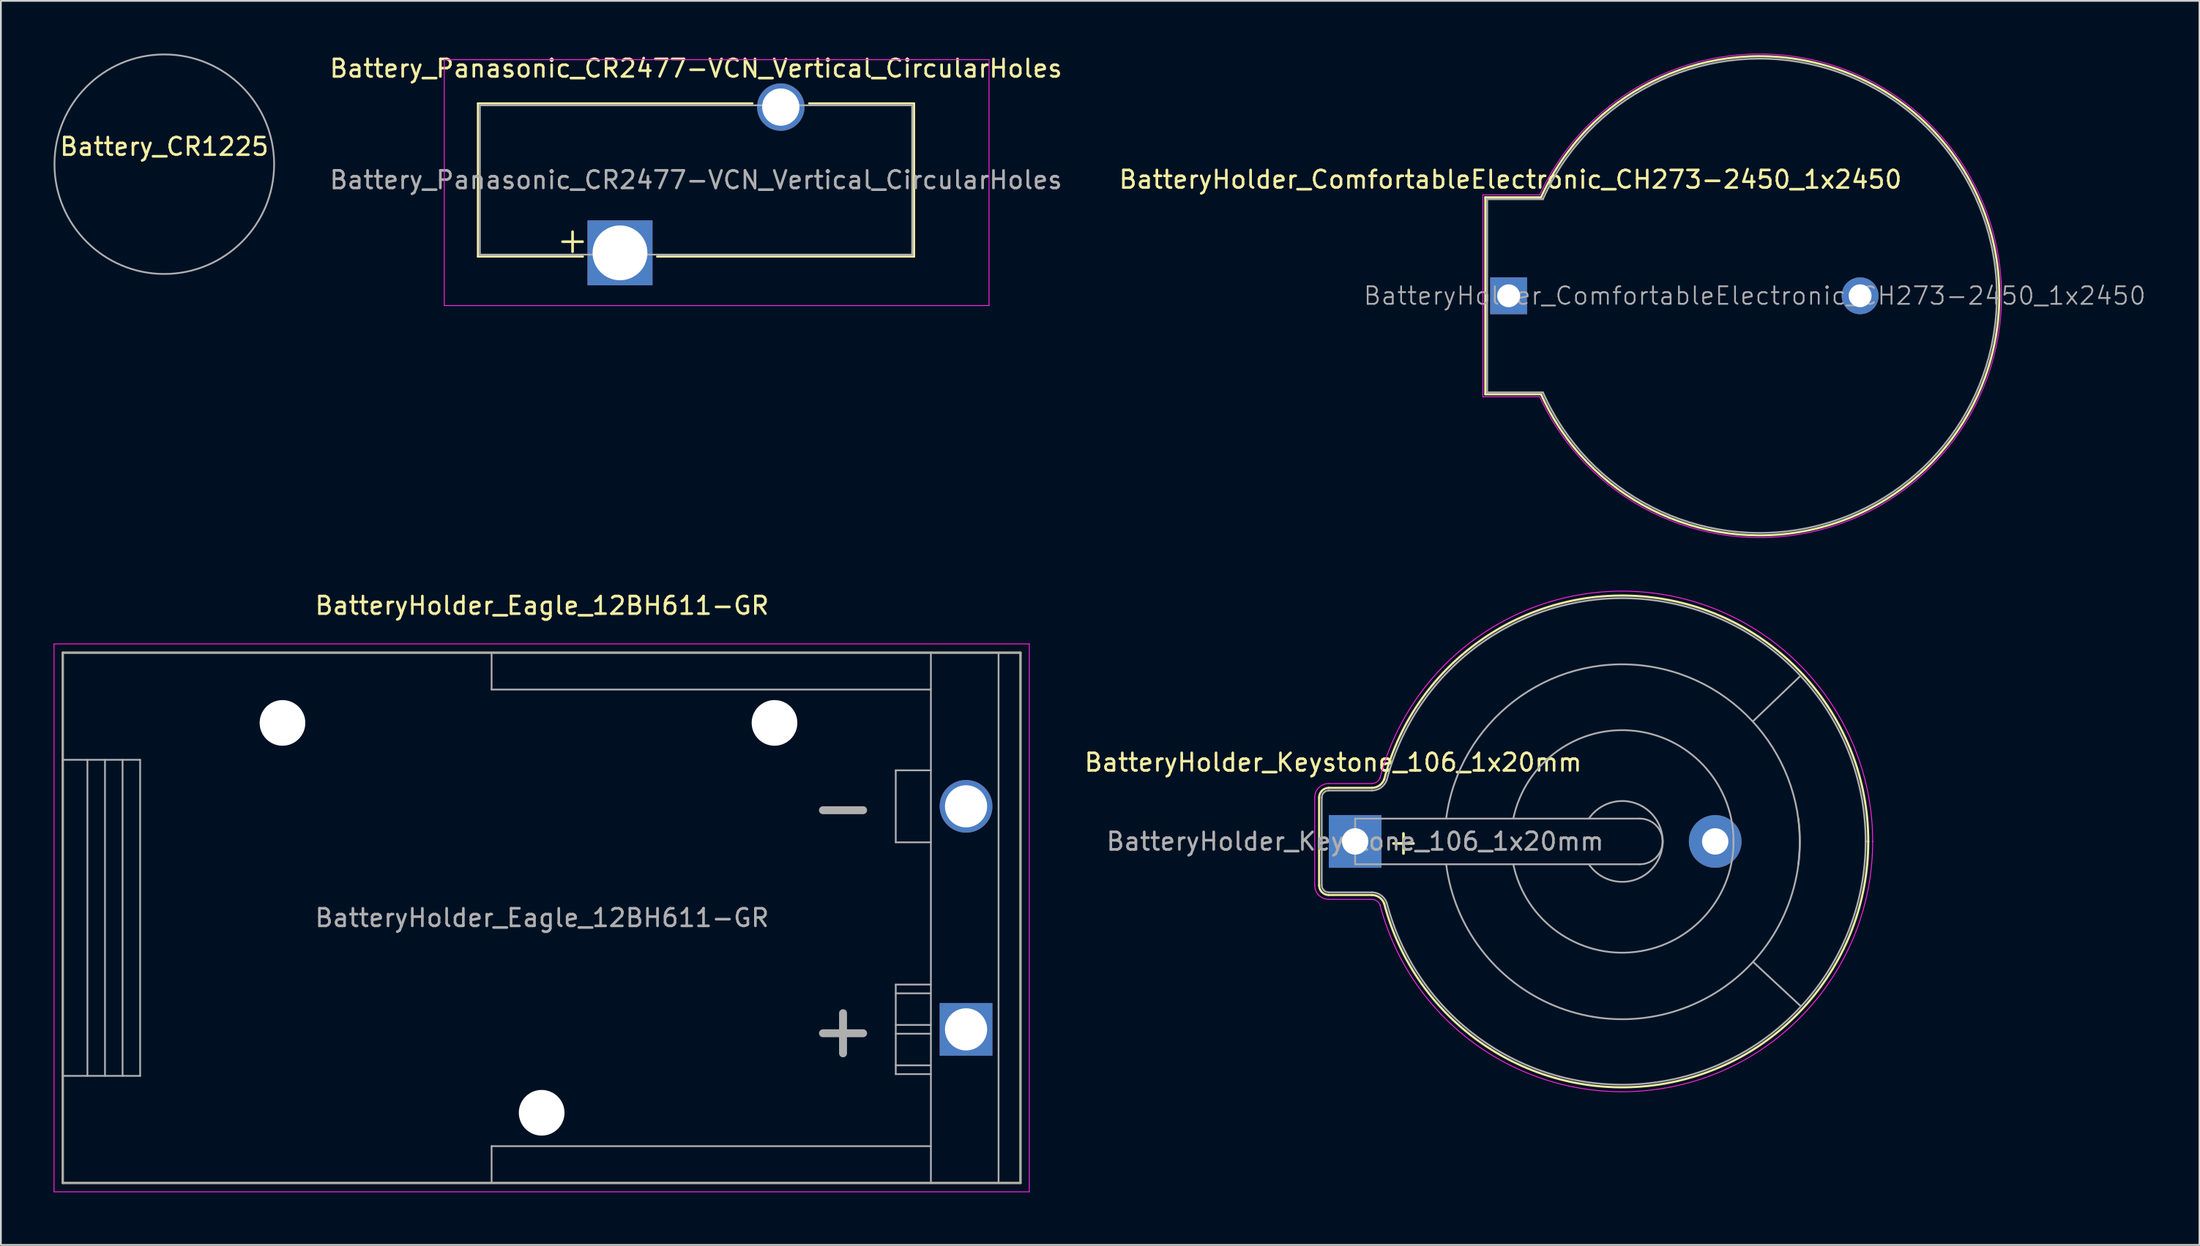
<source format=kicad_pcb>
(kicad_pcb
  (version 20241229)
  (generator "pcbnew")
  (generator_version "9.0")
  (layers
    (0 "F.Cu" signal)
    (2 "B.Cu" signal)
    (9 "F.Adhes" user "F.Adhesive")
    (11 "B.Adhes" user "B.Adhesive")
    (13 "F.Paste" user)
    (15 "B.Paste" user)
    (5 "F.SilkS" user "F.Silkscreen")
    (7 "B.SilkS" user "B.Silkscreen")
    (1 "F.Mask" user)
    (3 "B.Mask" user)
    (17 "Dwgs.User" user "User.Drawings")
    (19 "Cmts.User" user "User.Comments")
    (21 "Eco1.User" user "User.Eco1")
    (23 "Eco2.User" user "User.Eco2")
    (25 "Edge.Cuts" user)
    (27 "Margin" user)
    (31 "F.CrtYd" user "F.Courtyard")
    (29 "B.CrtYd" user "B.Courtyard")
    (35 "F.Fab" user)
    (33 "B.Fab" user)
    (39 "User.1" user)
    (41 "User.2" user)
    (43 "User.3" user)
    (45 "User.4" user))
  (footprint "BatteryHolder_Eagle_12BH611-GR"
    (layer "F.Cu")
    (at 51.925 55.565)
    (property "Reference" "BatteryHolder_Eagle_12BH611-GR" (at -24.13 -24.13 0) (layer "F.SilkS") (effects (font (size 1 1) (thickness 0.15))))
    (attr through_hole)
    (fp_line (start -51.4 -21.45) (end 3.1 -21.45) (stroke (width 0.12) (type solid)) (layer "F.SilkS"))
    (fp_line (start -51.4 8.75) (end -51.4 -21.45) (stroke (width 0.12) (type solid)) (layer "F.SilkS"))
    (fp_line (start 3.1 -21.45) (end 3.1 8.75) (stroke (width 0.12) (type solid)) (layer "F.SilkS"))
    (fp_line (start 3.1 8.75) (end -51.4 8.75) (stroke (width 0.12) (type solid)) (layer "F.SilkS"))
    (fp_line (start -51.9 -21.95) (end 3.6 -21.95) (stroke (width 0.05) (type solid)) (layer "F.CrtYd"))
    (fp_line (start -51.9 9.25) (end -51.9 -21.95) (stroke (width 0.05) (type solid)) (layer "F.CrtYd"))
    (fp_line (start 3.6 -21.95) (end 3.6 9.25) (stroke (width 0.05) (type solid)) (layer "F.CrtYd"))
    (fp_line (start 3.6 9.25) (end -51.9 9.25) (stroke (width 0.05) (type solid)) (layer "F.CrtYd"))
    (fp_line (start -51.4 -21.45) (end 3.1 -21.45) (stroke (width 0.1) (type solid)) (layer "F.Fab"))
    (fp_line (start -51.4 -15.35) (end -47 -15.35) (stroke (width 0.1) (type solid)) (layer "F.Fab"))
    (fp_line (start -51.4 2.65) (end -47 2.65) (stroke (width 0.1) (type solid)) (layer "F.Fab"))
    (fp_line (start -51.4 8.75) (end -51.4 -21.45) (stroke (width 0.1) (type solid)) (layer "F.Fab"))
    (fp_line (start -50 2.65) (end -50 -15.35) (stroke (width 0.1) (type solid)) (layer "F.Fab"))
    (fp_line (start -49 2.65) (end -49 -15.35) (stroke (width 0.1) (type solid)) (layer "F.Fab"))
    (fp_line (start -48 2.65) (end -48 -15.35) (stroke (width 0.1) (type solid)) (layer "F.Fab"))
    (fp_line (start -47 2.65) (end -47 -15.35) (stroke (width 0.1) (type solid)) (layer "F.Fab"))
    (fp_line (start -27 -19.35) (end -27 -21.45) (stroke (width 0.1) (type solid)) (layer "F.Fab"))
    (fp_line (start -27 6.65) (end -27 8.75) (stroke (width 0.1) (type solid)) (layer "F.Fab"))
    (fp_line (start -4 -14.75) (end -4 -10.65) (stroke (width 0.1) (type solid)) (layer "F.Fab"))
    (fp_line (start -4 -10.65) (end -2 -10.65) (stroke (width 0.1) (type solid)) (layer "F.Fab"))
    (fp_line (start -4 -2.55) (end -4 2.55) (stroke (width 0.1) (type solid)) (layer "F.Fab"))
    (fp_line (start -4 -2.05) (end -2 -2.05) (stroke (width 0.1) (type solid)) (layer "F.Fab"))
    (fp_line (start -4 0.25) (end -2 0.25) (stroke (width 0.1) (type solid)) (layer "F.Fab"))
    (fp_line (start -4 2.55) (end -2 2.55) (stroke (width 0.1) (type solid)) (layer "F.Fab"))
    (fp_line (start -2 -21.45) (end -2 8.75) (stroke (width 0.1) (type solid)) (layer "F.Fab"))
    (fp_line (start -2 -19.35) (end -27 -19.35) (stroke (width 0.1) (type solid)) (layer "F.Fab"))
    (fp_line (start -2 -14.75) (end -4 -14.75) (stroke (width 0.1) (type solid)) (layer "F.Fab"))
    (fp_line (start -2 -2.55) (end -4 -2.55) (stroke (width 0.1) (type solid)) (layer "F.Fab"))
    (fp_line (start -2 -0.25) (end -4 -0.25) (stroke (width 0.1) (type solid)) (layer "F.Fab"))
    (fp_line (start -2 2.05) (end -4 2.05) (stroke (width 0.1) (type solid)) (layer "F.Fab"))
    (fp_line (start -2 6.65) (end -27 6.65) (stroke (width 0.1) (type solid)) (layer "F.Fab"))
    (fp_line (start 1.85 8.75) (end 1.85 -21.45) (stroke (width 0.1) (type solid)) (layer "F.Fab"))
    (fp_line (start 3.1 -21.45) (end 3.1 8.75) (stroke (width 0.1) (type solid)) (layer "F.Fab"))
    (fp_line (start 3.1 8.75) (end -51.4 8.75) (stroke (width 0.1) (type solid)) (layer "F.Fab"))
    (fp_text user "${REFERENCE}" (at -24.13 -6.35 180) (layer "F.Fab") (effects (font (size 1 1) (thickness 0.15))))
    (fp_text user "-" (at -7 -12.7 0) (layer "F.Fab") (effects (font (size 3 3) (thickness 0.45))))
    (fp_text user "+" (at -7 0 0) (layer "F.Fab") (effects (font (size 3 3) (thickness 0.45))))
    (pad "" np_thru_hole circle (at -38.9 -17.45) (size 2.6 2.6) (drill 2.6) (layers "*.Cu" "*.Mask"))
    (pad "" np_thru_hole circle (at -24.15 4.75) (size 2.6 2.6) (drill 2.6) (layers "*.Cu" "*.Mask"))
    (pad "" np_thru_hole circle (at -10.9 -17.45) (size 2.6 2.6) (drill 2.6) (layers "*.Cu" "*.Mask"))
    (pad "1" thru_hole rect (at 0 0) (size 3 3) (drill 2.4) (layers "*.Cu" "*.Mask"))
    (pad "2" thru_hole circle (at 0 -12.7) (size 3 3) (drill 2.4) (layers "*.Cu" "*.Mask")))
  (footprint "BatteryHolder_Keystone_106_1x20mm"
    (layer "F.Cu")
    (at 74.068 44.864)
    (property "Reference" "BatteryHolder_Keystone_106_1x20mm" (at -1.25 -4.5 0) (layer "F.SilkS") (effects (font (size 1 1) (thickness 0.15))))
    (attr through_hole)
    (fp_line (start -2.05 -2.5) (end -2.05 2.5) (stroke (width 0.12) (type solid)) (layer "F.SilkS"))
    (fp_line (start -1.5 3.05) (end 0.95 3.05) (stroke (width 0.12) (type solid)) (layer "F.SilkS"))
    (fp_line (start 0.95 -3.05) (end -1.5 -3.05) (stroke (width 0.12) (type solid)) (layer "F.SilkS"))
    (fp_arc (start -2.05 -2.5) (mid -1.888909 -2.888909) (end -1.5 -3.05) (stroke (width 0.12) (type solid)) (layer "F.SilkS"))
    (fp_arc (start -1.5 3.05) (mid -1.888909 2.888909) (end -2.05 2.5) (stroke (width 0.12) (type solid)) (layer "F.SilkS"))
    (fp_arc (start 0.95 3.05) (mid 1.380182 3.185636) (end 1.654769 3.543485) (stroke (width 0.12) (type solid)) (layer "F.SilkS"))
    (fp_arc (start 1.65 -3.52) (mid 16.981862 -13.885887) (end 29.199738 0.015231) (stroke (width 0.12) (type solid)) (layer "F.SilkS"))
    (fp_arc (start 1.654769 -3.543485) (mid 1.380182 -3.185636) (end 0.95 -3.05) (stroke (width 0.12) (type solid)) (layer "F.SilkS"))
    (fp_arc (start 29.199738 -0.015231) (mid 16.981862 13.885887) (end 1.65 3.52) (stroke (width 0.12) (type solid)) (layer "F.SilkS"))
    (fp_line (start -2.3 -2.5) (end -2.3 2.5) (stroke (width 0.05) (type solid)) (layer "F.CrtYd"))
    (fp_line (start -1.5 3.3) (end 0.95 3.3) (stroke (width 0.05) (type solid)) (layer "F.CrtYd"))
    (fp_line (start 0.95 -3.3) (end -1.5 -3.3) (stroke (width 0.05) (type solid)) (layer "F.CrtYd"))
    (fp_arc (start -2.3 -2.5) (mid -2.065685 -3.065685) (end -1.5 -3.3) (stroke (width 0.05) (type solid)) (layer "F.CrtYd"))
    (fp_arc (start -1.5 3.3) (mid -2.065685 3.065685) (end -2.3 2.5) (stroke (width 0.05) (type solid)) (layer "F.CrtYd"))
    (fp_arc (start 0.95 3.3) (mid 1.236788 3.390424) (end 1.419846 3.62899) (stroke (width 0.05) (type solid)) (layer "F.CrtYd"))
    (fp_arc (start 1.41 -3.6) (mid 17.030934 -14.134065) (end 29.452124 0.032591) (stroke (width 0.05) (type solid)) (layer "F.CrtYd"))
    (fp_arc (start 1.419846 -3.62899) (mid 1.236788 -3.390424) (end 0.95 -3.3) (stroke (width 0.05) (type solid)) (layer "F.CrtYd"))
    (fp_arc (start 29.452124 -0.032591) (mid 17.030934 14.134065) (end 1.41 3.6) (stroke (width 0.05) (type solid)) (layer "F.CrtYd"))
    (fp_line (start -1.9 -2.5) (end -1.9 2.5) (stroke (width 0.1) (type solid)) (layer "F.Fab"))
    (fp_line (start -1.5 2.9) (end 0.95 2.9) (stroke (width 0.1) (type solid)) (layer "F.Fab"))
    (fp_line (start 0 -1.3) (end 0 1.3) (stroke (width 0.1) (type solid)) (layer "F.Fab"))
    (fp_line (start 0 1.3) (end 16.2 1.3) (stroke (width 0.1) (type solid)) (layer "F.Fab"))
    (fp_line (start 0.95 -2.9) (end -1.5 -2.9) (stroke (width 0.1) (type solid)) (layer "F.Fab"))
    (fp_line (start 16.2 -1.3) (end 0 -1.3) (stroke (width 0.1) (type solid)) (layer "F.Fab"))
    (fp_line (start 22.644 6.858) (end 25.35 9.373) (stroke (width 0.1) (type solid)) (layer "F.Fab"))
    (fp_line (start 22.657 -6.858) (end 25.342 -9.429) (stroke (width 0.1) (type solid)) (layer "F.Fab"))
    (fp_arc (start -1.9 -2.5) (mid -1.782843 -2.782843) (end -1.5 -2.9) (stroke (width 0.1) (type solid)) (layer "F.Fab"))
    (fp_arc (start -1.5 2.9) (mid -1.782843 2.782843) (end -1.9 2.5) (stroke (width 0.1) (type solid)) (layer "F.Fab"))
    (fp_arc (start 0.95 2.9) (mid 1.466219 3.062763) (end 1.795723 3.492182) (stroke (width 0.1) (type solid)) (layer "F.Fab"))
    (fp_arc (start 1.795723 -3.492182) (mid 1.466219 -3.062763) (end 0.95 -2.9) (stroke (width 0.1) (type solid)) (layer "F.Fab"))
    (fp_arc (start 1.8 -3.5) (mid 16.980951 -13.734563) (end 29.049508 0.033425) (stroke (width 0.1) (type solid)) (layer "F.Fab"))
    (fp_arc (start 5.18 -1.3) (mid 16.5 -10.02) (end 25.22 1.3) (stroke (width 0.1) (type solid)) (layer "F.Fab"))
    (fp_arc (start 9 -1.3) (mid 15.954687 -6.28971) (end 21.531551 0.203631) (stroke (width 0.1) (type solid)) (layer "F.Fab"))
    (fp_arc (start 13.3 -1.3) (mid 15.963947 -2.171724) (end 17.495448 0.175833) (stroke (width 0.1) (type solid)) (layer "F.Fab"))
    (fp_arc (start 16.2 -1.3) (mid 17.5 0) (end 16.2 1.3) (stroke (width 0.1) (type solid)) (layer "F.Fab"))
    (fp_arc (start 17.495448 -0.175833) (mid 15.963947 2.171724) (end 13.3 1.3) (stroke (width 0.1) (type solid)) (layer "F.Fab"))
    (fp_arc (start 21.531551 -0.203631) (mid 15.954687 6.28971) (end 9 1.3) (stroke (width 0.1) (type solid)) (layer "F.Fab"))
    (fp_arc (start 25.22 -1.3) (mid 16.5 10.02) (end 5.18 1.3) (stroke (width 0.1) (type solid)) (layer "F.Fab"))
    (fp_arc (start 29.049508 -0.033425) (mid 16.980951 13.734562) (end 1.8 3.5) (stroke (width 0.1) (type solid)) (layer "F.Fab"))
    (fp_text user "+" (at 2.75 0 0) (layer "F.SilkS") (effects (font (size 1.5 1.5) (thickness 0.15))))
    (fp_text user "${REFERENCE}" (at 0 0 0) (layer "F.Fab") (effects (font (size 1 1) (thickness 0.15))))
    (pad "1" thru_hole rect (at 0 0) (size 3 3) (drill 1.5) (layers "*.Cu" "*.Mask"))
    (pad "2" thru_hole circle (at 20.49 0) (size 3 3) (drill 1.5) (layers "*.Cu" "*.Mask")))
  (footprint "BatteryHolder_ComfortableElectronic_CH273-2450_1x2450"
    (layer "F.Cu")
    (at 82.804 13.793)
    (property "Reference" "BatteryHolder_ComfortableElectronic_CH273-2450_1x2450" (at 0.1 -6.62 0) (layer "F.SilkS") (effects (font (size 1 1) (thickness 0.15))))
    (attr through_hole)
    (fp_line (start -1.33 -5.61) (end 1.845 -5.61) (stroke (width 0.12) (type solid)) (layer "F.SilkS"))
    (fp_line (start -1.33 5.61) (end -1.33 -5.61) (stroke (width 0.12) (type solid)) (layer "F.SilkS"))
    (fp_line (start 1.845 5.61) (end -1.33 5.61) (stroke (width 0.12) (type solid)) (layer "F.SilkS"))
    (fp_arc (start 1.845 -5.61) (mid 27.921896 0) (end 1.845 5.61) (stroke (width 0.12) (type solid)) (layer "F.SilkS"))
    (fp_line (start -1.47 -5.75) (end 1.77 -5.75) (stroke (width 0.05) (type solid)) (layer "F.CrtYd"))
    (fp_line (start -1.47 5.75) (end -1.47 -5.75) (stroke (width 0.05) (type solid)) (layer "F.CrtYd"))
    (fp_line (start 1.77 5.75) (end -1.47 5.75) (stroke (width 0.05) (type solid)) (layer "F.CrtYd"))
    (fp_arc (start 1.77 -5.75) (mid 28.048173 0) (end 1.77 5.75) (stroke (width 0.05) (type solid)) (layer "F.CrtYd"))
    (fp_line (start -1.22 -5.5) (end 1.95 -5.5) (stroke (width 0.1) (type solid)) (layer "F.Fab"))
    (fp_line (start -1.22 5.5) (end -1.22 -5.5) (stroke (width 0.1) (type solid)) (layer "F.Fab"))
    (fp_line (start 1.95 5.5) (end -1.22 5.5) (stroke (width 0.1) (type solid)) (layer "F.Fab"))
    (fp_arc (start 1.95 -5.5) (mid 27.78107 0) (end 1.95 5.5) (stroke (width 0.1) (type solid)) (layer "F.Fab"))
    (fp_text user "${REFERENCE}" (at 14 0 0) (layer "F.Fab") (effects (font (size 1 1) (thickness 0.1))))
    (pad "1" thru_hole rect (at 0 0 270) (size 2.1 2.1) (drill 1.3) (layers "*.Cu" "*.Mask"))
    (pad "2" thru_hole circle (at 20 0 270) (size 2.1 2.1) (drill 1.3) (layers "*.Cu" "*.Mask")))
  (footprint "Battery_CR1225"
    (layer "F.Cu")
    (at 6.3 6.3)
    (property "Reference" "Battery_CR1225" (at 0 -1 0) (layer "F.SilkS") (effects (font (size 1 1) (thickness 0.15))))
    (attr exclude_from_pos_files exclude_from_bom)
    (fp_circle (center 0 0) (end 6.25 0) (stroke (width 0.1) (type solid)) (fill no) (layer "F.Fab")))
  (footprint "Battery_Panasonic_CR2477-VCN_Vertical_CircularHoles"
    (layer "F.Cu")
    (at 32.233 11.348)
    (property "Reference" "Battery_Panasonic_CR2477-VCN_Vertical_CircularHoles" (at 4.325 -10.5 0) (layer "F.SilkS") (effects (font (size 1 1) (thickness 0.15))))
    (attr through_hole)
    (fp_line (start -8.085 -8.51) (end -8.085 0.21) (stroke (width 0.12) (type solid)) (layer "F.SilkS"))
    (fp_line (start -8.085 -8.51) (end 7.54 -8.51) (stroke (width 0.12) (type solid)) (layer "F.SilkS"))
    (fp_line (start -8.085 0.21) (end -2.11 0.21) (stroke (width 0.12) (type solid)) (layer "F.SilkS"))
    (fp_line (start 2.11 0.21) (end 16.735 0.21) (stroke (width 0.12) (type solid)) (layer "F.SilkS"))
    (fp_line (start 10.76 -8.51) (end 16.735 -8.51) (stroke (width 0.12) (type solid)) (layer "F.SilkS"))
    (fp_line (start 16.735 -8.51) (end 16.735 0.21) (stroke (width 0.12) (type solid)) (layer "F.SilkS"))
    (fp_line (start -10 -11) (end 21 -11) (stroke (width 0.05) (type solid)) (layer "F.CrtYd"))
    (fp_line (start -10 3) (end -10 -11) (stroke (width 0.05) (type solid)) (layer "F.CrtYd"))
    (fp_line (start 21 -11) (end 21 3) (stroke (width 0.05) (type solid)) (layer "F.CrtYd"))
    (fp_line (start 21 3) (end -10 3) (stroke (width 0.05) (type solid)) (layer "F.CrtYd"))
    (fp_line (start -7.975 -8.4) (end -7.975 0.1) (stroke (width 0.1) (type solid)) (layer "F.Fab"))
    (fp_line (start -7.975 -8.4) (end 16.625 -8.4) (stroke (width 0.1) (type solid)) (layer "F.Fab"))
    (fp_line (start -7.975 0.1) (end 16.625 0.1) (stroke (width 0.1) (type solid)) (layer "F.Fab"))
    (fp_line (start 16.625 -8.4) (end 16.625 0.1) (stroke (width 0.1) (type solid)) (layer "F.Fab"))
    (fp_text user "+" (at -2.7 -0.75 0) (layer "F.SilkS") (effects (font (size 1.5 1.5) (thickness 0.15))))
    (fp_text user "${REFERENCE}" (at 4.325 -4.15 180) (layer "F.Fab") (effects (font (size 1 1) (thickness 0.15))))
    (pad "1" thru_hole rect (at 0 0) (size 3.7 3.7) (drill 3.12) (layers "*.Cu" "*.Mask"))
    (pad "2" thru_hole circle (at 9.15 -8.3) (size 2.7 2.7) (drill 2.12) (layers "*.Cu" "*.Mask")))
  (gr_rect
    (start -3 -3)
    (end 122.115 67.84)
    (stroke (width 0.1) (type default))
    (fill no)
    (layer "Edge.Cuts")))
</source>
